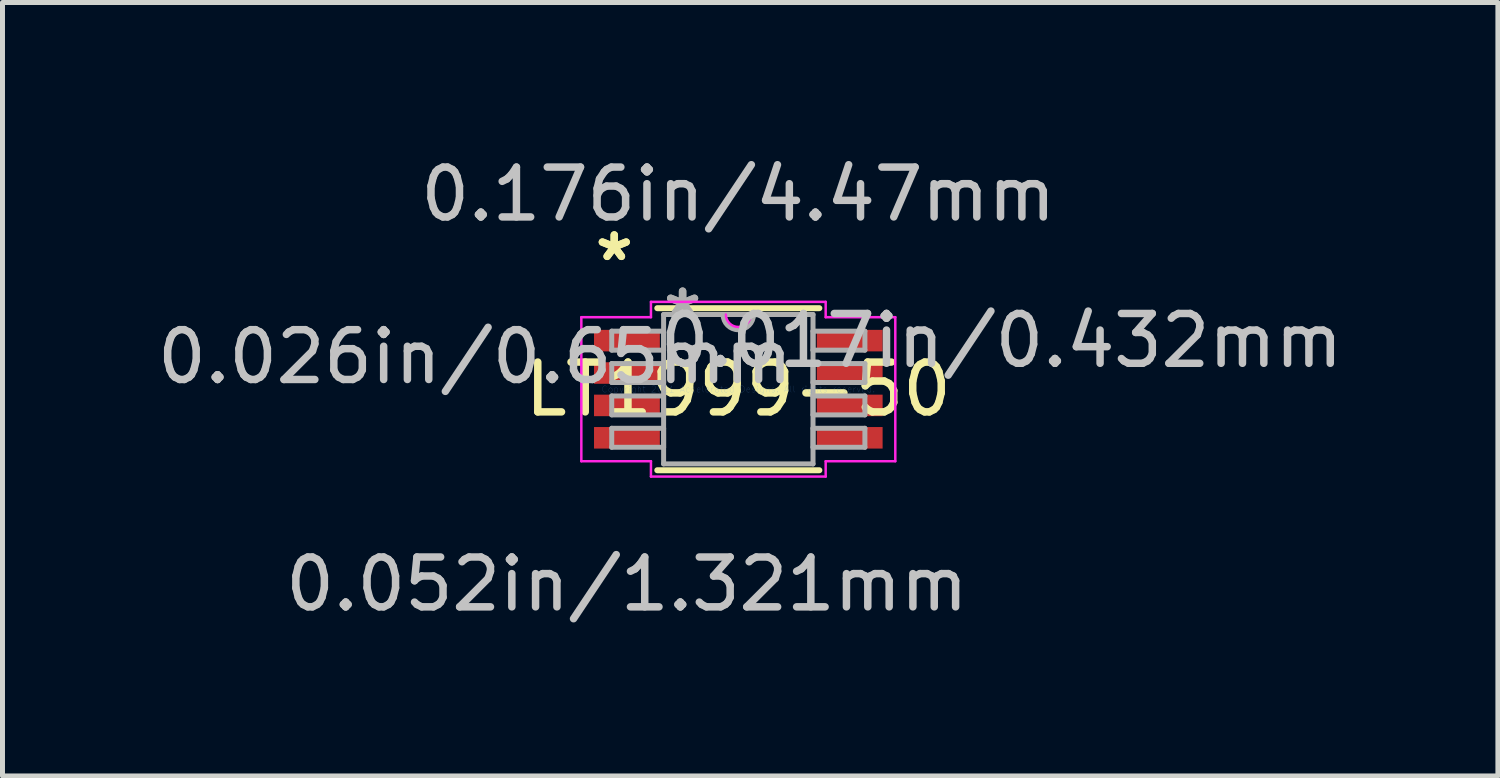
<source format=kicad_pcb>
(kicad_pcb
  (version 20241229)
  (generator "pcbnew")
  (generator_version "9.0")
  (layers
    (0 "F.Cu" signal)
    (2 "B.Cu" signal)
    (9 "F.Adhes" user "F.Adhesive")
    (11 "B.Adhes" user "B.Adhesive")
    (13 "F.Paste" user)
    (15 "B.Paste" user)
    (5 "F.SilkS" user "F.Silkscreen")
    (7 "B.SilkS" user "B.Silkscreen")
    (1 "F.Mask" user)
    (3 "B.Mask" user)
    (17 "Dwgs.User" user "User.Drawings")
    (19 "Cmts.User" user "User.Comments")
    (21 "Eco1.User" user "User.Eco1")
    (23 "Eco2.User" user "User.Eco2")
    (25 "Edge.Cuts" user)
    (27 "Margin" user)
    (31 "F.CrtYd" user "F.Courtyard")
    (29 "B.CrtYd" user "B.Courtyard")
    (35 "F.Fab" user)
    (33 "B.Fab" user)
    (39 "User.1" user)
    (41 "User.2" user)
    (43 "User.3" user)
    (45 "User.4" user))
  (footprint "LT1999-50"
    (layer "F.Cu")
    (at 11.765 4.76)
    (property "Reference" "LT1999-50" (at 0 0 0) (layer "F.SilkS") (effects (font (size 1 1) (thickness 0.15))))
    (attr through_hole)
    (fp_line (start -1.626 1.626) (end 1.626 1.626) (stroke (width 0.12) (type solid)) (layer "F.SilkS"))
    (fp_line (start 1.626 -1.626) (end -1.626 -1.626) (stroke (width 0.12) (type solid)) (layer "F.SilkS"))
    (fp_line (start -3.15 -1.445) (end -1.753 -1.445) (stroke (width 0.05) (type solid)) (layer "F.CrtYd"))
    (fp_line (start -3.15 1.445) (end -3.15 -1.445) (stroke (width 0.05) (type solid)) (layer "F.CrtYd"))
    (fp_line (start -1.753 -1.753) (end 1.753 -1.753) (stroke (width 0.05) (type solid)) (layer "F.CrtYd"))
    (fp_line (start -1.753 -1.445) (end -1.753 -1.753) (stroke (width 0.05) (type solid)) (layer "F.CrtYd"))
    (fp_line (start -1.753 1.445) (end -3.15 1.445) (stroke (width 0.05) (type solid)) (layer "F.CrtYd"))
    (fp_line (start -1.753 1.753) (end -1.753 1.445) (stroke (width 0.05) (type solid)) (layer "F.CrtYd"))
    (fp_line (start 1.753 -1.753) (end 1.753 -1.445) (stroke (width 0.05) (type solid)) (layer "F.CrtYd"))
    (fp_line (start 1.753 -1.445) (end 3.15 -1.445) (stroke (width 0.05) (type solid)) (layer "F.CrtYd"))
    (fp_line (start 1.753 1.445) (end 1.753 1.753) (stroke (width 0.05) (type solid)) (layer "F.CrtYd"))
    (fp_line (start 1.753 1.753) (end -1.753 1.753) (stroke (width 0.05) (type solid)) (layer "F.CrtYd"))
    (fp_line (start 3.15 -1.445) (end 3.15 1.445) (stroke (width 0.05) (type solid)) (layer "F.CrtYd"))
    (fp_line (start 3.15 1.445) (end 1.753 1.445) (stroke (width 0.05) (type solid)) (layer "F.CrtYd"))
    (fp_arc (start 0.249767 -1.4986) (mid 0 -1.248833) (end -0.249767 -1.4986) (stroke (width 0.05) (type solid)) (layer "F.CrtYd"))
    (fp_line (start -2.54 -1.165) (end -2.54 -0.784) (stroke (width 0.1) (type solid)) (layer "F.Fab"))
    (fp_line (start -2.54 -0.784) (end -1.499 -0.784) (stroke (width 0.1) (type solid)) (layer "F.Fab"))
    (fp_line (start -2.54 -0.515) (end -2.54 -0.135) (stroke (width 0.1) (type solid)) (layer "F.Fab"))
    (fp_line (start -2.54 -0.135) (end -1.499 -0.135) (stroke (width 0.1) (type solid)) (layer "F.Fab"))
    (fp_line (start -2.54 0.135) (end -2.54 0.515) (stroke (width 0.1) (type solid)) (layer "F.Fab"))
    (fp_line (start -2.54 0.515) (end -1.499 0.515) (stroke (width 0.1) (type solid)) (layer "F.Fab"))
    (fp_line (start -2.54 0.784) (end -2.54 1.165) (stroke (width 0.1) (type solid)) (layer "F.Fab"))
    (fp_line (start -2.54 1.165) (end -1.499 1.165) (stroke (width 0.1) (type solid)) (layer "F.Fab"))
    (fp_line (start -1.499 -1.499) (end -1.499 1.499) (stroke (width 0.1) (type solid)) (layer "F.Fab"))
    (fp_line (start -1.499 -1.165) (end -2.54 -1.165) (stroke (width 0.1) (type solid)) (layer "F.Fab"))
    (fp_line (start -1.499 -0.784) (end -1.499 -1.165) (stroke (width 0.1) (type solid)) (layer "F.Fab"))
    (fp_line (start -1.499 -0.515) (end -2.54 -0.515) (stroke (width 0.1) (type solid)) (layer "F.Fab"))
    (fp_line (start -1.499 -0.135) (end -1.499 -0.515) (stroke (width 0.1) (type solid)) (layer "F.Fab"))
    (fp_line (start -1.499 0.135) (end -2.54 0.135) (stroke (width 0.1) (type solid)) (layer "F.Fab"))
    (fp_line (start -1.499 0.515) (end -1.499 0.135) (stroke (width 0.1) (type solid)) (layer "F.Fab"))
    (fp_line (start -1.499 0.784) (end -2.54 0.784) (stroke (width 0.1) (type solid)) (layer "F.Fab"))
    (fp_line (start -1.499 1.165) (end -1.499 0.784) (stroke (width 0.1) (type solid)) (layer "F.Fab"))
    (fp_line (start -1.499 1.499) (end 1.499 1.499) (stroke (width 0.1) (type solid)) (layer "F.Fab"))
    (fp_line (start 1.499 -1.499) (end -1.499 -1.499) (stroke (width 0.1) (type solid)) (layer "F.Fab"))
    (fp_line (start 1.499 -1.165) (end 1.499 -0.784) (stroke (width 0.1) (type solid)) (layer "F.Fab"))
    (fp_line (start 1.499 -0.784) (end 2.54 -0.784) (stroke (width 0.1) (type solid)) (layer "F.Fab"))
    (fp_line (start 1.499 -0.515) (end 1.499 -0.135) (stroke (width 0.1) (type solid)) (layer "F.Fab"))
    (fp_line (start 1.499 -0.135) (end 2.54 -0.135) (stroke (width 0.1) (type solid)) (layer "F.Fab"))
    (fp_line (start 1.499 0.135) (end 1.499 0.515) (stroke (width 0.1) (type solid)) (layer "F.Fab"))
    (fp_line (start 1.499 0.515) (end 2.54 0.515) (stroke (width 0.1) (type solid)) (layer "F.Fab"))
    (fp_line (start 1.499 0.784) (end 1.499 1.165) (stroke (width 0.1) (type solid)) (layer "F.Fab"))
    (fp_line (start 1.499 1.165) (end 2.54 1.165) (stroke (width 0.1) (type solid)) (layer "F.Fab"))
    (fp_line (start 1.499 1.499) (end 1.499 -1.499) (stroke (width 0.1) (type solid)) (layer "F.Fab"))
    (fp_line (start 2.54 -1.165) (end 1.499 -1.165) (stroke (width 0.1) (type solid)) (layer "F.Fab"))
    (fp_line (start 2.54 -0.784) (end 2.54 -1.165) (stroke (width 0.1) (type solid)) (layer "F.Fab"))
    (fp_line (start 2.54 -0.515) (end 1.499 -0.515) (stroke (width 0.1) (type solid)) (layer "F.Fab"))
    (fp_line (start 2.54 -0.135) (end 2.54 -0.515) (stroke (width 0.1) (type solid)) (layer "F.Fab"))
    (fp_line (start 2.54 0.135) (end 1.499 0.135) (stroke (width 0.1) (type solid)) (layer "F.Fab"))
    (fp_line (start 2.54 0.515) (end 2.54 0.135) (stroke (width 0.1) (type solid)) (layer "F.Fab"))
    (fp_line (start 2.54 0.784) (end 1.499 0.784) (stroke (width 0.1) (type solid)) (layer "F.Fab"))
    (fp_line (start 2.54 1.165) (end 2.54 0.784) (stroke (width 0.1) (type solid)) (layer "F.Fab"))
    (fp_arc (start 0.3048 -1.4986) (mid 0 -1.1938) (end -0.3048 -1.4986) (stroke (width 0.1) (type solid)) (layer "F.Fab"))
    (fp_text user "*" (at -2.489 -2.55 0) (layer "F.SilkS") (effects (font (size 1 1) (thickness 0.15))))
    (fp_text user "*" (at -2.489 -2.55 0) (layer "F.SilkS") (effects (font (size 1 1) (thickness 0.15))))
    (fp_text user "0.026in/0.65mm" (at -5.283 -0.65 0) (layer "Dwgs.User") (effects (font (size 1 1) (thickness 0.15))))
    (fp_text user "0.052in/1.321mm" (at -2.235 3.912 0) (layer "Dwgs.User") (effects (font (size 1 1) (thickness 0.15))))
    (fp_text user "0.176in/4.47mm" (at 0 -3.912 0) (layer "Dwgs.User") (effects (font (size 1 1) (thickness 0.15))))
    (fp_text user "0.017in/0.432mm" (at 5.283 -0.975 0) (layer "Dwgs.User") (effects (font (size 1 1) (thickness 0.15))))
    (fp_text user "Copyright 2021 Accelerated Designs. All rights reserved." (at 0 0 0) (layer "Cmts.User") (effects (font (size 0.127 0.127) (thickness 0.002))))
    (fp_text user "*" (at -1.118 -1.422 0) (layer "F.Fab") (effects (font (size 1 1) (thickness 0.15))))
    (fp_text user "*" (at -1.118 -1.422 0) (layer "F.Fab") (effects (font (size 1 1) (thickness 0.15))))
    (pad "1" smd rect (at -2.235 -0.975) (size 1.321 0.432) (layers "F.Cu" "F.Mask" "F.Paste"))
    (pad "2" smd rect (at -2.235 -0.325) (size 1.321 0.432) (layers "F.Cu" "F.Mask" "F.Paste"))
    (pad "3" smd rect (at -2.235 0.325) (size 1.321 0.432) (layers "F.Cu" "F.Mask" "F.Paste"))
    (pad "4" smd rect (at -2.235 0.975) (size 1.321 0.432) (layers "F.Cu" "F.Mask" "F.Paste"))
    (pad "5" smd rect (at 2.235 0.975) (size 1.321 0.432) (layers "F.Cu" "F.Mask" "F.Paste"))
    (pad "6" smd rect (at 2.235 0.325) (size 1.321 0.432) (layers "F.Cu" "F.Mask" "F.Paste"))
    (pad "7" smd rect (at 2.235 -0.325) (size 1.321 0.432) (layers "F.Cu" "F.Mask" "F.Paste"))
    (pad "8" smd rect (at 2.235 -0.975) (size 1.321 0.432) (layers "F.Cu" "F.Mask" "F.Paste")))
  (gr_rect
    (start -3 -3)
    (end 27.007 12.52)
    (stroke (width 0.1) (type default))
    (fill no)
    (layer "Edge.Cuts")))
</source>
